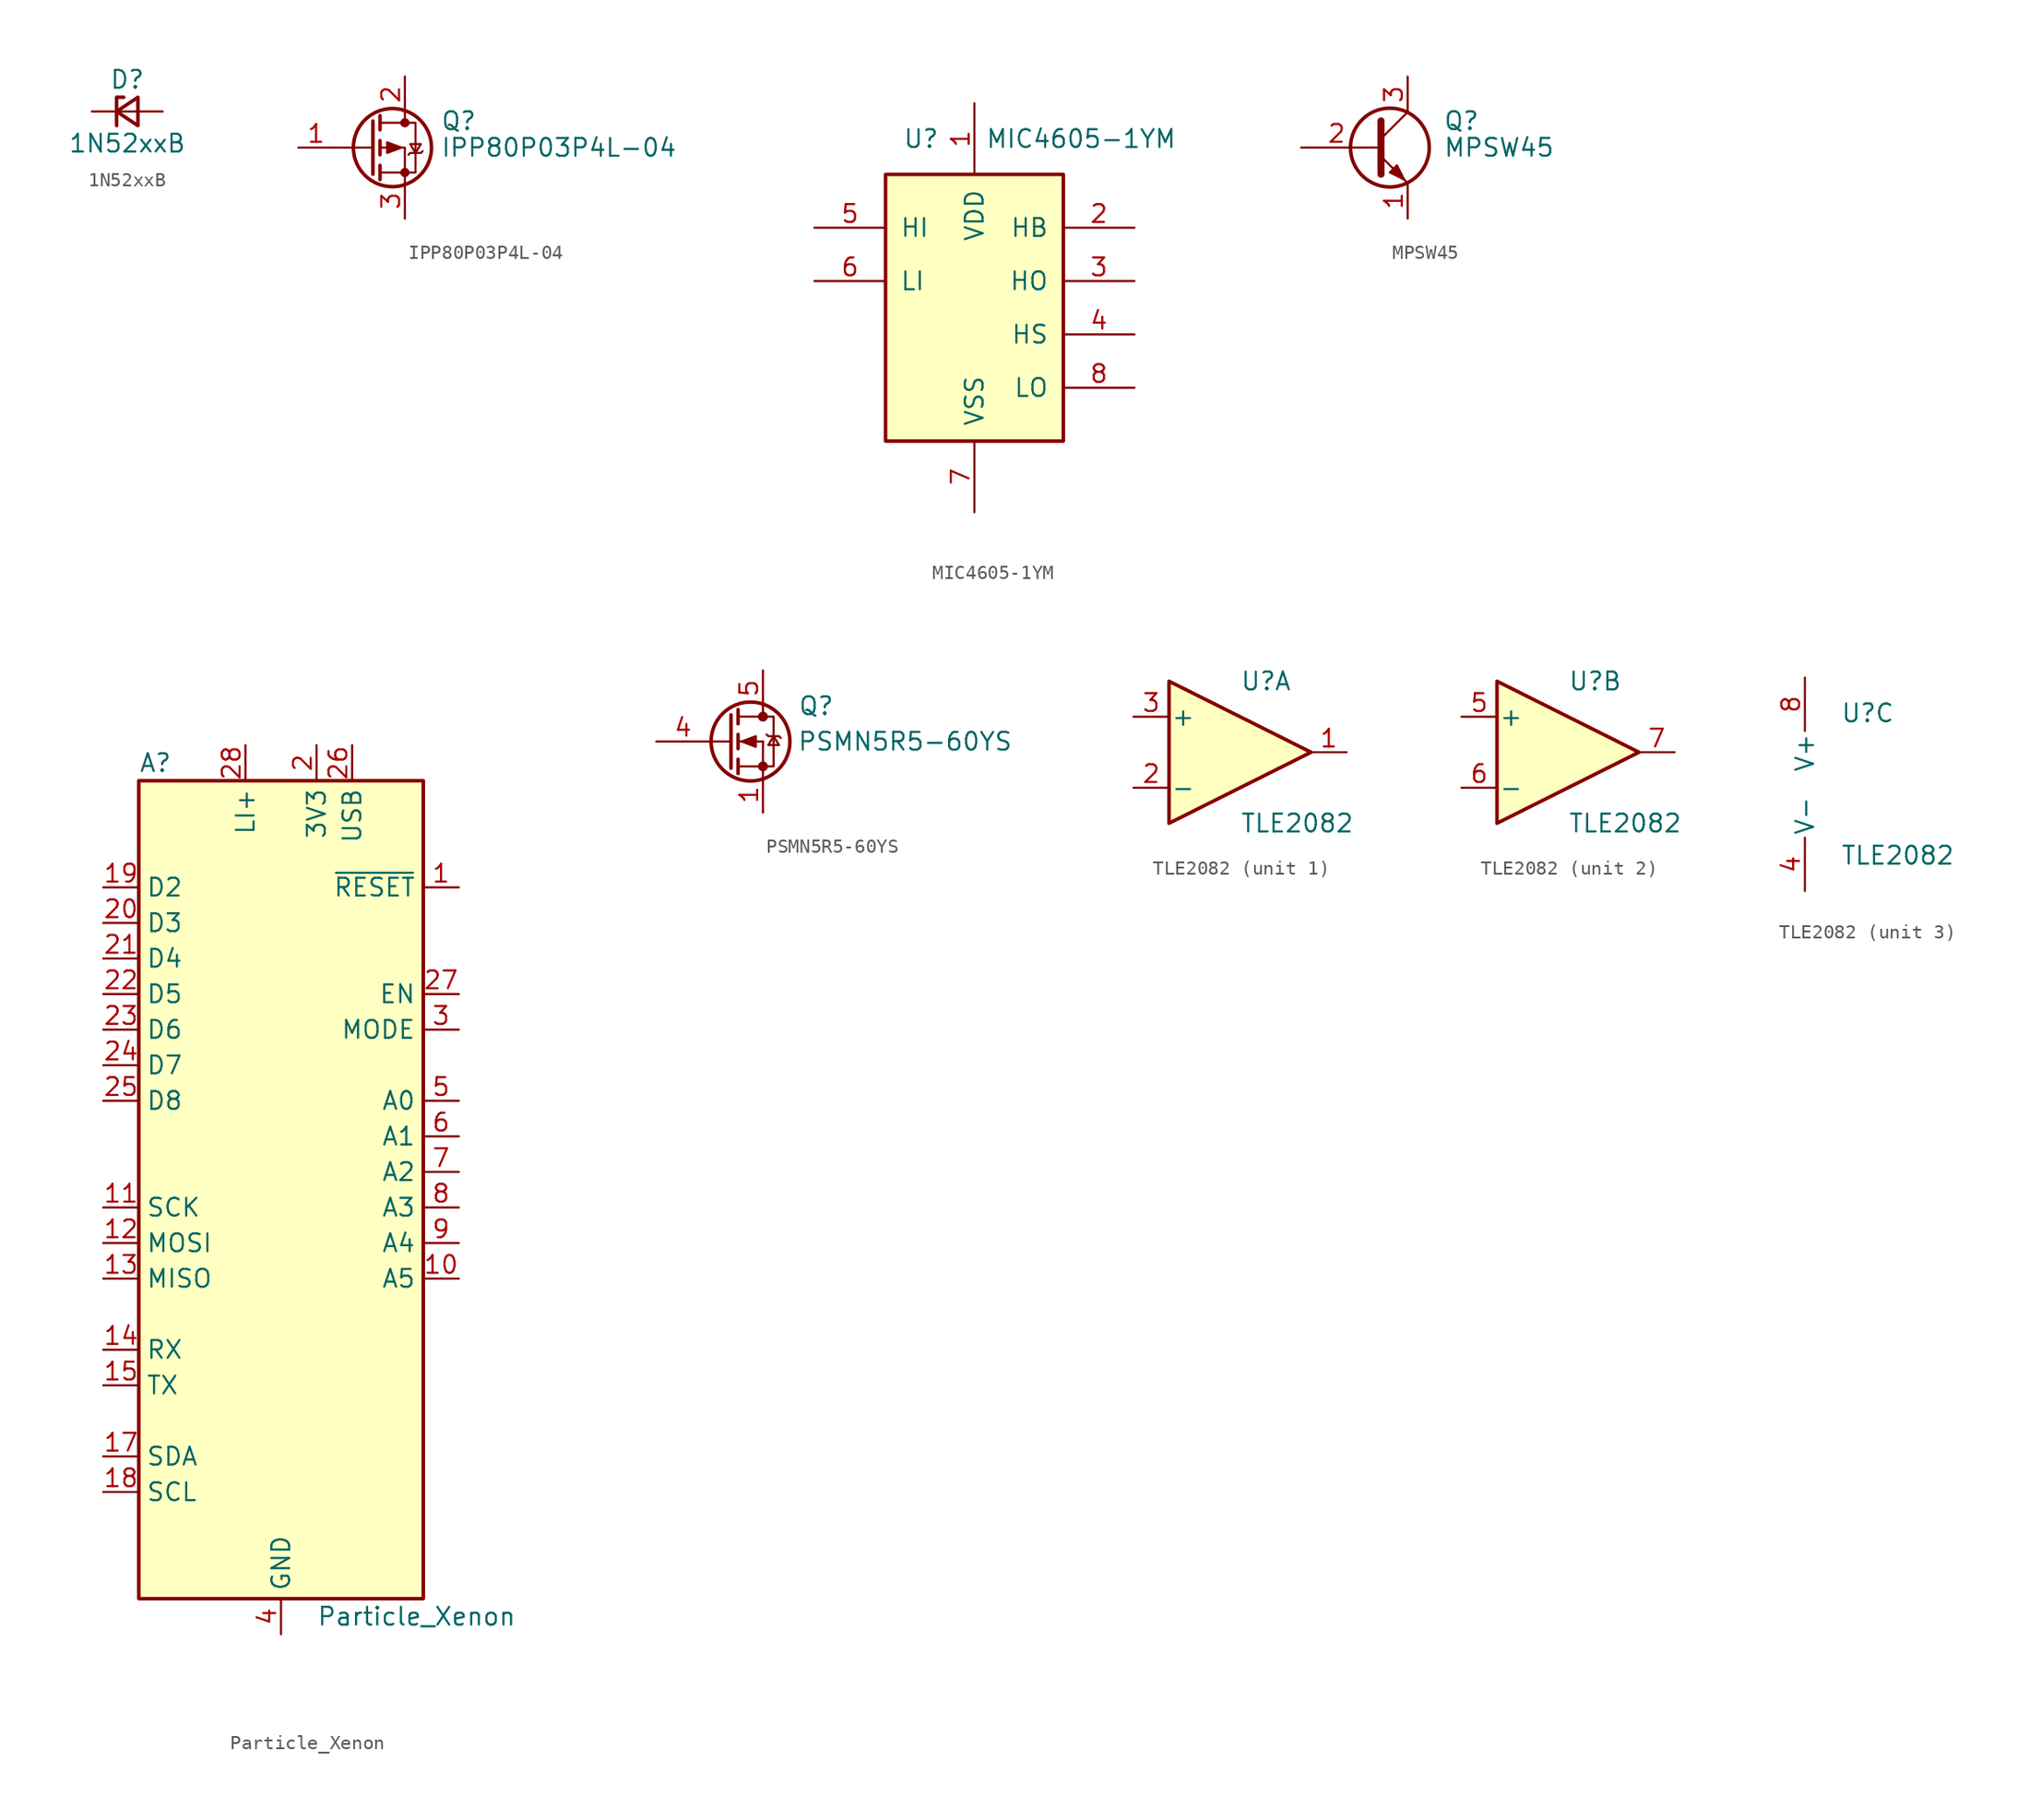
<source format=kicad_sym>
(kicad_symbol_lib
  (version 20211014)
  (generator kicad_symbol_editor)
  (symbol "1N52xxB"
    (pin_numbers hide)
    (pin_names
      (offset 0.254) hide)
    (property "Reference" "D"
      (at 0 2.286 0)
      (effects (font (size 1.27 1.27))))
    (property "Value" "1N52xxB"
      (at 0 -2.286 0)
      (effects (font (size 1.27 1.27))))
    (symbol "1N52xxB_0_1"
      (polyline (pts (xy 0.762 0) (xy -0.762 0)) (stroke (width 0) (type default) (color 0 0 0 0)) (fill (type none)))
      (polyline (pts (xy -0.254 1.016) (xy -0.762 1.016) (xy -0.762 -1.016)) (stroke (width 0.254) (type default) (color 0 0 0 0)) (fill (type none)))
      (polyline (pts (xy 0.762 1.016) (xy -0.762 0) (xy 0.762 -1.016) (xy 0.762 1.016)) (stroke (width 0.254) (type default) (color 0 0 0 0)) (fill (type none))))
    (symbol "1N52xxB_1_1"
      (pin passive line (at -2.54 0 0) (length 1.778) (name "K" (effects (font (size 1.27 1.27)))) (number "1" (effects (font (size 1.27 1.27)))))
      (pin passive line (at 2.54 0 180) (length 1.778) (name "A" (effects (font (size 1.27 1.27)))) (number "2" (effects (font (size 1.27 1.27)))))))
  (symbol "IPP80P03P4L-04"
    (pin_names hide)
    (property "Reference" "Q"
      (at 5.08 1.905 0)
      (effects (font (size 1.27 1.27)) (justify left)))
    (property "Value" "IPP80P03P4L-04"
      (at 5.08 0 0)
      (effects (font (size 1.27 1.27)) (justify left)))
    (symbol "IPP80P03P4L-04_0_1"
      (polyline (pts (xy 0.254 0) (xy -2.54 0)) (stroke (width 0) (type default) (color 0 0 0 0)) (fill (type none)))
      (polyline (pts (xy 0.254 1.905) (xy 0.254 -1.905)) (stroke (width 0.254) (type default) (color 0 0 0 0)) (fill (type none)))
      (polyline (pts (xy 0.762 -1.27) (xy 0.762 -2.286)) (stroke (width 0.254) (type default) (color 0 0 0 0)) (fill (type none)))
      (polyline (pts (xy 0.762 0.508) (xy 0.762 -0.508)) (stroke (width 0.254) (type default) (color 0 0 0 0)) (fill (type none)))
      (polyline (pts (xy 0.762 2.286) (xy 0.762 1.27)) (stroke (width 0.254) (type default) (color 0 0 0 0)) (fill (type none)))
      (polyline (pts (xy 2.54 2.54) (xy 2.54 1.778)) (stroke (width 0) (type default) (color 0 0 0 0)) (fill (type none)))
      (polyline (pts (xy 2.54 -2.54) (xy 2.54 0) (xy 0.762 0)) (stroke (width 0) (type default) (color 0 0 0 0)) (fill (type none)))
      (polyline (pts (xy 0.762 1.778) (xy 3.302 1.778) (xy 3.302 -1.778) (xy 0.762 -1.778)) (stroke (width 0) (type default) (color 0 0 0 0)) (fill (type none)))
      (polyline (pts (xy 2.286 0) (xy 1.27 0.381) (xy 1.27 -0.381) (xy 2.286 0)) (stroke (width 0) (type default) (color 0 0 0 0)) (fill (type outline)))
      (polyline (pts (xy 2.794 -0.508) (xy 2.921 -0.381) (xy 3.683 -0.381) (xy 3.81 -0.254)) (stroke (width 0) (type default) (color 0 0 0 0)) (fill (type none)))
      (polyline (pts (xy 3.302 -0.381) (xy 2.921 0.254) (xy 3.683 0.254) (xy 3.302 -0.381)) (stroke (width 0) (type default) (color 0 0 0 0)) (fill (type none)))
      (circle (center 1.651 0) (radius 2.794) (stroke (width 0.254) (type default) (color 0 0 0 0)) (fill (type none)))
      (circle (center 2.54 -1.778) (radius 0.254) (stroke (width 0) (type default) (color 0 0 0 0)) (fill (type outline)))
      (circle (center 2.54 1.778) (radius 0.254) (stroke (width 0) (type default) (color 0 0 0 0)) (fill (type outline))))
    (symbol "IPP80P03P4L-04_1_1"
      (pin input line (at -5.08 0 0) (length 2.54) (name "G" (effects (font (size 1.27 1.27)))) (number "1" (effects (font (size 1.27 1.27)))))
      (pin passive line (at 2.54 5.08 270) (length 2.54) (name "D" (effects (font (size 1.27 1.27)))) (number "2" (effects (font (size 1.27 1.27)))))
      (pin passive line (at 2.54 -5.08 90) (length 2.54) (name "S" (effects (font (size 1.27 1.27)))) (number "3" (effects (font (size 1.27 1.27)))))))
  (symbol "MIC4605-1YM"
    (pin_names
      (offset 1.016))
    (property "Reference" "U"
      (at -3.81 11.43 0)
      (effects (font (size 1.27 1.27))))
    (property "Value" "MIC4605-1YM"
      (at 7.62 11.43 0)
      (effects (font (size 1.27 1.27))))
    (symbol "MIC4605-1YM_0_1"
      (rectangle (start -6.35 8.89) (end 6.35 -10.16) (stroke (width 0.254) (type default) (color 0 0 0 0)) (fill (type background))))
    (symbol "MIC4605-1YM_1_1"
      (pin power_in line (at 0 13.97 270) (length 5.08) (name "VDD" (effects (font (size 1.27 1.27)))) (number "1" (effects (font (size 1.27 1.27)))))
      (pin input line (at 11.43 5.08 180) (length 5.08) (name "HB" (effects (font (size 1.27 1.27)))) (number "2" (effects (font (size 1.27 1.27)))))
      (pin output line (at 11.43 1.27 180) (length 5.08) (name "HO" (effects (font (size 1.27 1.27)))) (number "3" (effects (font (size 1.27 1.27)))))
      (pin input line (at 11.43 -2.54 180) (length 5.08) (name "HS" (effects (font (size 1.27 1.27)))) (number "4" (effects (font (size 1.27 1.27)))))
      (pin input line (at -11.43 5.08 0) (length 5.08) (name "HI" (effects (font (size 1.27 1.27)))) (number "5" (effects (font (size 1.27 1.27)))))
      (pin input line (at -11.43 1.27 0) (length 5.08) (name "LI" (effects (font (size 1.27 1.27)))) (number "6" (effects (font (size 1.27 1.27)))))
      (pin power_out line (at 0 -15.24 90) (length 5.08) (name "VSS" (effects (font (size 1.27 1.27)))) (number "7" (effects (font (size 1.27 1.27)))))
      (pin output line (at 11.43 -6.35 180) (length 5.08) (name "LO" (effects (font (size 1.27 1.27)))) (number "8" (effects (font (size 1.27 1.27)))))))
  (symbol "MPSW45"
    (pin_names
      (offset 1.016) hide)
    (property "Reference" "Q"
      (at 5.08 1.905 0)
      (effects (font (size 1.27 1.27)) (justify left)))
    (property "Value" "MPSW45"
      (at 5.08 0 0)
      (effects (font (size 1.27 1.27)) (justify left)))
    (symbol "MPSW45_0_1"
      (polyline (pts (xy 0 0) (xy 0.635 0)) (stroke (width 0) (type default) (color 0 0 0 0)) (fill (type none)))
      (polyline (pts (xy 0.635 0.635) (xy 2.54 2.54)) (stroke (width 0) (type default) (color 0 0 0 0)) (fill (type none)))
      (polyline (pts (xy 0.635 -0.635) (xy 2.54 -2.54) (xy 2.54 -2.54)) (stroke (width 0) (type default) (color 0 0 0 0)) (fill (type none)))
      (polyline (pts (xy 0.635 1.905) (xy 0.635 -1.905) (xy 0.635 -1.905)) (stroke (width 0.508) (type default) (color 0 0 0 0)) (fill (type none)))
      (polyline (pts (xy 1.27 -1.778) (xy 1.778 -1.27) (xy 2.286 -2.286) (xy 1.27 -1.778) (xy 1.27 -1.778)) (stroke (width 0) (type default) (color 0 0 0 0)) (fill (type outline)))
      (circle (center 1.27 0) (radius 2.819) (stroke (width 0.254) (type default) (color 0 0 0 0)) (fill (type none))))
    (symbol "MPSW45_1_1"
      (pin passive line (at 2.54 -5.08 90) (length 2.54) (name "E" (effects (font (size 1.27 1.27)))) (number "1" (effects (font (size 1.27 1.27)))))
      (pin input line (at -5.08 0 0) (length 5.08) (name "B" (effects (font (size 1.27 1.27)))) (number "2" (effects (font (size 1.27 1.27)))))
      (pin passive line (at 2.54 5.08 270) (length 2.54) (name "C" (effects (font (size 1.27 1.27)))) (number "3" (effects (font (size 1.27 1.27)))))))
  (symbol "Particle_Xenon"
    (property "Reference" "A"
      (at -10.16 29.21 0)
      (effects (font (size 1.27 1.27)) (justify left)))
    (property "Value" "Particle_Xenon"
      (at 2.54 -31.75 0)
      (effects (font (size 1.27 1.27)) (justify left)))
    (symbol "Particle_Xenon_0_1"
      (rectangle (start -10.16 27.94) (end 10.16 -30.48) (stroke (width 0.254) (type default) (color 0 0 0 0)) (fill (type background))))
    (symbol "Particle_Xenon_1_1"
      (pin input line (at 12.7 20.32 180) (length 2.54) (name "~{RESET}" (effects (font (size 1.27 1.27)))) (number "1" (effects (font (size 1.27 1.27)))))
      (pin bidirectional line (at 12.7 -7.62 180) (length 2.54) (name "A5" (effects (font (size 1.27 1.27)))) (number "10" (effects (font (size 1.27 1.27)))))
      (pin bidirectional line (at -12.7 -2.54 0) (length 2.54) (name "SCK" (effects (font (size 1.27 1.27)))) (number "11" (effects (font (size 1.27 1.27)))))
      (pin bidirectional line (at -12.7 -5.08 0) (length 2.54) (name "MOSI" (effects (font (size 1.27 1.27)))) (number "12" (effects (font (size 1.27 1.27)))))
      (pin bidirectional line (at -12.7 -7.62 0) (length 2.54) (name "MISO" (effects (font (size 1.27 1.27)))) (number "13" (effects (font (size 1.27 1.27)))))
      (pin bidirectional line (at -12.7 -12.7 0) (length 2.54) (name "RX" (effects (font (size 1.27 1.27)))) (number "14" (effects (font (size 1.27 1.27)))))
      (pin bidirectional line (at -12.7 -15.24 0) (length 2.54) (name "TX" (effects (font (size 1.27 1.27)))) (number "15" (effects (font (size 1.27 1.27)))))
      (pin no_connect line (at -12.7 2.54 0) (length 2.54) hide (name "NC" (effects (font (size 1.27 1.27)))) (number "16" (effects (font (size 1.27 1.27)))))
      (pin bidirectional line (at -12.7 -20.32 0) (length 2.54) (name "SDA" (effects (font (size 1.27 1.27)))) (number "17" (effects (font (size 1.27 1.27)))))
      (pin bidirectional line (at -12.7 -22.86 0) (length 2.54) (name "SCL" (effects (font (size 1.27 1.27)))) (number "18" (effects (font (size 1.27 1.27)))))
      (pin bidirectional line (at -12.7 20.32 0) (length 2.54) (name "D2" (effects (font (size 1.27 1.27)))) (number "19" (effects (font (size 1.27 1.27)))))
      (pin power_out line (at 2.54 30.48 270) (length 2.54) (name "3V3" (effects (font (size 1.27 1.27)))) (number "2" (effects (font (size 1.27 1.27)))))
      (pin bidirectional line (at -12.7 17.78 0) (length 2.54) (name "D3" (effects (font (size 1.27 1.27)))) (number "20" (effects (font (size 1.27 1.27)))))
      (pin bidirectional line (at -12.7 15.24 0) (length 2.54) (name "D4" (effects (font (size 1.27 1.27)))) (number "21" (effects (font (size 1.27 1.27)))))
      (pin bidirectional line (at -12.7 12.7 0) (length 2.54) (name "D5" (effects (font (size 1.27 1.27)))) (number "22" (effects (font (size 1.27 1.27)))))
      (pin bidirectional line (at -12.7 10.16 0) (length 2.54) (name "D6" (effects (font (size 1.27 1.27)))) (number "23" (effects (font (size 1.27 1.27)))))
      (pin bidirectional line (at -12.7 7.62 0) (length 2.54) (name "D7" (effects (font (size 1.27 1.27)))) (number "24" (effects (font (size 1.27 1.27)))))
      (pin bidirectional line (at -12.7 5.08 0) (length 2.54) (name "D8" (effects (font (size 1.27 1.27)))) (number "25" (effects (font (size 1.27 1.27)))))
      (pin power_out line (at 5.08 30.48 270) (length 2.54) (name "USB" (effects (font (size 1.27 1.27)))) (number "26" (effects (font (size 1.27 1.27)))))
      (pin input line (at 12.7 12.7 180) (length 2.54) (name "EN" (effects (font (size 1.27 1.27)))) (number "27" (effects (font (size 1.27 1.27)))))
      (pin input line (at -2.54 30.48 270) (length 2.54) (name "LI+" (effects (font (size 1.27 1.27)))) (number "28" (effects (font (size 1.27 1.27)))))
      (pin input line (at 12.7 10.16 180) (length 2.54) (name "MODE" (effects (font (size 1.27 1.27)))) (number "3" (effects (font (size 1.27 1.27)))))
      (pin power_in line (at 0 -33.02 90) (length 2.54) (name "GND" (effects (font (size 1.27 1.27)))) (number "4" (effects (font (size 1.27 1.27)))))
      (pin bidirectional line (at 12.7 5.08 180) (length 2.54) (name "A0" (effects (font (size 1.27 1.27)))) (number "5" (effects (font (size 1.27 1.27)))))
      (pin bidirectional line (at 12.7 2.54 180) (length 2.54) (name "A1" (effects (font (size 1.27 1.27)))) (number "6" (effects (font (size 1.27 1.27)))))
      (pin bidirectional line (at 12.7 0 180) (length 2.54) (name "A2" (effects (font (size 1.27 1.27)))) (number "7" (effects (font (size 1.27 1.27)))))
      (pin bidirectional line (at 12.7 -2.54 180) (length 2.54) (name "A3" (effects (font (size 1.27 1.27)))) (number "8" (effects (font (size 1.27 1.27)))))
      (pin bidirectional line (at 12.7 -5.08 180) (length 2.54) (name "A4" (effects (font (size 1.27 1.27)))) (number "9" (effects (font (size 1.27 1.27)))))))
  (symbol "PSMN5R5-60YS"
    (pin_names
      (offset 0) hide)
    (property "Reference" "Q"
      (at 6.35 2.54 0)
      (effects (font (size 1.27 1.27))))
    (property "Value" "PSMN5R5-60YS"
      (at 12.7 0 0)
      (effects (font (size 1.27 1.27))))
    (symbol "PSMN5R5-60YS_1_1"
      (polyline (pts (xy -1.27 0) (xy 0.254 0)) (stroke (width 0) (type default) (color 0 0 0 0)) (fill (type none)))
      (polyline (pts (xy 0.762 -1.778) (xy 2.54 -1.778)) (stroke (width 0) (type default) (color 0 0 0 0)) (fill (type none)))
      (polyline (pts (xy 0.762 -1.27) (xy 0.762 -2.286)) (stroke (width 0.254) (type default) (color 0 0 0 0)) (fill (type none)))
      (polyline (pts (xy 0.762 0) (xy 2.54 0)) (stroke (width 0) (type default) (color 0 0 0 0)) (fill (type none)))
      (polyline (pts (xy 0.762 0.508) (xy 0.762 -0.508)) (stroke (width 0.254) (type default) (color 0 0 0 0)) (fill (type none)))
      (polyline (pts (xy 0.762 1.778) (xy 2.54 1.778)) (stroke (width 0) (type default) (color 0 0 0 0)) (fill (type none)))
      (polyline (pts (xy 0.762 2.286) (xy 0.762 1.27)) (stroke (width 0.254) (type default) (color 0 0 0 0)) (fill (type none)))
      (polyline (pts (xy 2.54 -1.778) (xy 2.54 -2.54)) (stroke (width 0) (type default) (color 0 0 0 0)) (fill (type none)))
      (polyline (pts (xy 2.54 -1.778) (xy 2.54 0)) (stroke (width 0) (type default) (color 0 0 0 0)) (fill (type none)))
      (polyline (pts (xy 2.54 2.54) (xy 2.54 1.778)) (stroke (width 0) (type default) (color 0 0 0 0)) (fill (type none)))
      (polyline (pts (xy 0.254 1.905) (xy 0.254 -1.905) (xy 0.254 -1.905)) (stroke (width 0.254) (type default) (color 0 0 0 0)) (fill (type none)))
      (polyline (pts (xy 1.016 0) (xy 2.032 0.381) (xy 2.032 -0.381) (xy 1.016 0)) (stroke (width 0) (type default) (color 0 0 0 0)) (fill (type outline)))
      (polyline (pts (xy 2.54 -1.778) (xy 3.302 -1.778) (xy 3.302 1.778) (xy 2.54 1.778)) (stroke (width 0) (type default) (color 0 0 0 0)) (fill (type none)))
      (polyline (pts (xy 2.794 0.508) (xy 2.921 0.381) (xy 3.683 0.381) (xy 3.81 0.254)) (stroke (width 0) (type default) (color 0 0 0 0)) (fill (type none)))
      (polyline (pts (xy 3.302 0.381) (xy 2.921 -0.254) (xy 3.683 -0.254) (xy 3.302 0.381)) (stroke (width 0) (type default) (color 0 0 0 0)) (fill (type none)))
      (circle (center 1.651 0) (radius 2.819) (stroke (width 0.254) (type default) (color 0 0 0 0)) (fill (type none)))
      (circle (center 2.54 -1.778) (radius 0.279) (stroke (width 0) (type default) (color 0 0 0 0)) (fill (type outline)))
      (circle (center 2.54 1.778) (radius 0.279) (stroke (width 0) (type default) (color 0 0 0 0)) (fill (type outline)))
      (pin passive line (at 2.54 -5.08 90) (length 2.54) (name "S" (effects (font (size 1.27 1.27)))) (number "1" (effects (font (size 1.27 1.27)))))
      (pin passive line (at 2.54 -5.08 90) (length 2.54) hide (name "S" (effects (font (size 1.27 1.27)))) (number "2" (effects (font (size 1.27 1.27)))))
      (pin passive line (at 2.54 -5.08 90) (length 2.54) hide (name "S" (effects (font (size 1.27 1.27)))) (number "3" (effects (font (size 1.27 1.27)))))
      (pin passive line (at -5.08 0 0) (length 3.81) (name "G" (effects (font (size 1.27 1.27)))) (number "4" (effects (font (size 1.27 1.27)))))
      (pin passive line (at 2.54 5.08 270) (length 2.54) (name "D" (effects (font (size 1.27 1.27)))) (number "5" (effects (font (size 1.27 1.27)))))))
  (symbol "TLE2082"
    (pin_names
      (offset 0.127))
    (property "Reference" "U"
      (at 0 5.08 0)
      (effects (font (size 1.27 1.27)) (justify left)))
    (property "Value" "TLE2082"
      (at 0 -5.08 0)
      (effects (font (size 1.27 1.27)) (justify left)))
    (property "ki_locked" ""
      (at 0 0 0)
      (effects (font (size 1.27 1.27))))
    (symbol "TLE2082_1_1"
      (polyline (pts (xy -5.08 5.08) (xy 5.08 0) (xy -5.08 -5.08) (xy -5.08 5.08)) (stroke (width 0.254) (type default) (color 0 0 0 0)) (fill (type background)))
      (pin output line (at 7.62 0 180) (length 2.54) (name "~" (effects (font (size 1.27 1.27)))) (number "1" (effects (font (size 1.27 1.27)))))
      (pin input line (at -7.62 -2.54 0) (length 2.54) (name "-" (effects (font (size 1.27 1.27)))) (number "2" (effects (font (size 1.27 1.27)))))
      (pin input line (at -7.62 2.54 0) (length 2.54) (name "+" (effects (font (size 1.27 1.27)))) (number "3" (effects (font (size 1.27 1.27))))))
    (symbol "TLE2082_2_1"
      (polyline (pts (xy -5.08 5.08) (xy 5.08 0) (xy -5.08 -5.08) (xy -5.08 5.08)) (stroke (width 0.254) (type default) (color 0 0 0 0)) (fill (type background)))
      (pin input line (at -7.62 2.54 0) (length 2.54) (name "+" (effects (font (size 1.27 1.27)))) (number "5" (effects (font (size 1.27 1.27)))))
      (pin input line (at -7.62 -2.54 0) (length 2.54) (name "-" (effects (font (size 1.27 1.27)))) (number "6" (effects (font (size 1.27 1.27)))))
      (pin output line (at 7.62 0 180) (length 2.54) (name "~" (effects (font (size 1.27 1.27)))) (number "7" (effects (font (size 1.27 1.27))))))
    (symbol "TLE2082_3_1"
      (pin power_in line (at -2.54 -7.62 90) (length 3.81) (name "V-" (effects (font (size 1.27 1.27)))) (number "4" (effects (font (size 1.27 1.27)))))
      (pin power_in line (at -2.54 7.62 270) (length 3.81) (name "V+" (effects (font (size 1.27 1.27)))) (number "8" (effects (font (size 1.27 1.27))))))))
</source>
